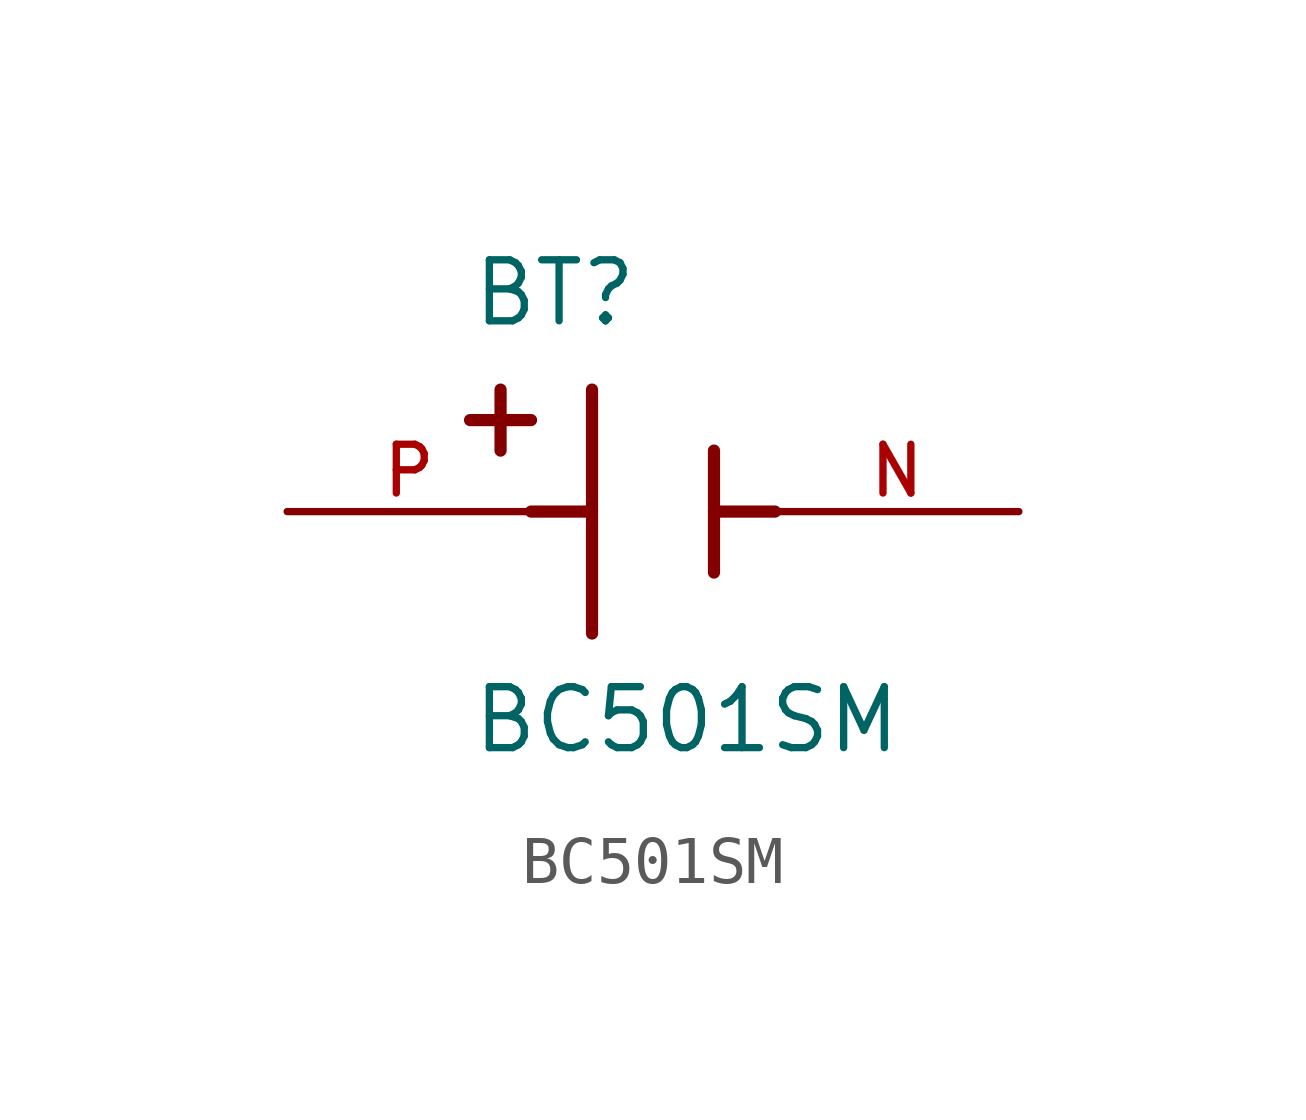
<source format=kicad_sym>
(kicad_symbol_lib
  (version 20211014)
  (generator kicad_symbol_editor)
  (symbol "BC501SM"
    (pin_names
      (offset 1.016))
    (property "Reference" "BT"
      (at -3.81 3.81 0)
      (effects (font (size 1.27 1.27)) (justify bottom left)))
    (property "Value" "BC501SM"
      (at -3.81 -5.08 0)
      (effects (font (size 1.27 1.27)) (justify bottom left)))
    (symbol "BC501SM_0_0"
      (polyline (pts (xy -1.27 2.54) (xy -1.27 -2.54)) (stroke (width 0.254)))
      (polyline (pts (xy 1.27 1.27) (xy 1.27 -1.27)) (stroke (width 0.254)))
      (polyline (pts (xy -1.27 0.0) (xy -2.54 0.0)) (stroke (width 0.254)))
      (polyline (pts (xy 1.27 0.0) (xy 2.54 0.0)) (stroke (width 0.254)))
      (polyline (pts (xy -3.175 2.54) (xy -3.175 1.27)) (stroke (width 0.254)))
      (polyline (pts (xy -3.81 1.905) (xy -2.54 1.905)) (stroke (width 0.254)))
      (pin passive line (at -7.62 0.0 0) (length 5.08) (name "~" (effects (font (size 1.016 1.016)))) (number "P" (effects (font (size 1.016 1.016)))))
      (pin passive line (at 7.62 0.0 180.0) (length 5.08) (name "~" (effects (font (size 1.016 1.016)))) (number "N" (effects (font (size 1.016 1.016))))))))
</source>
